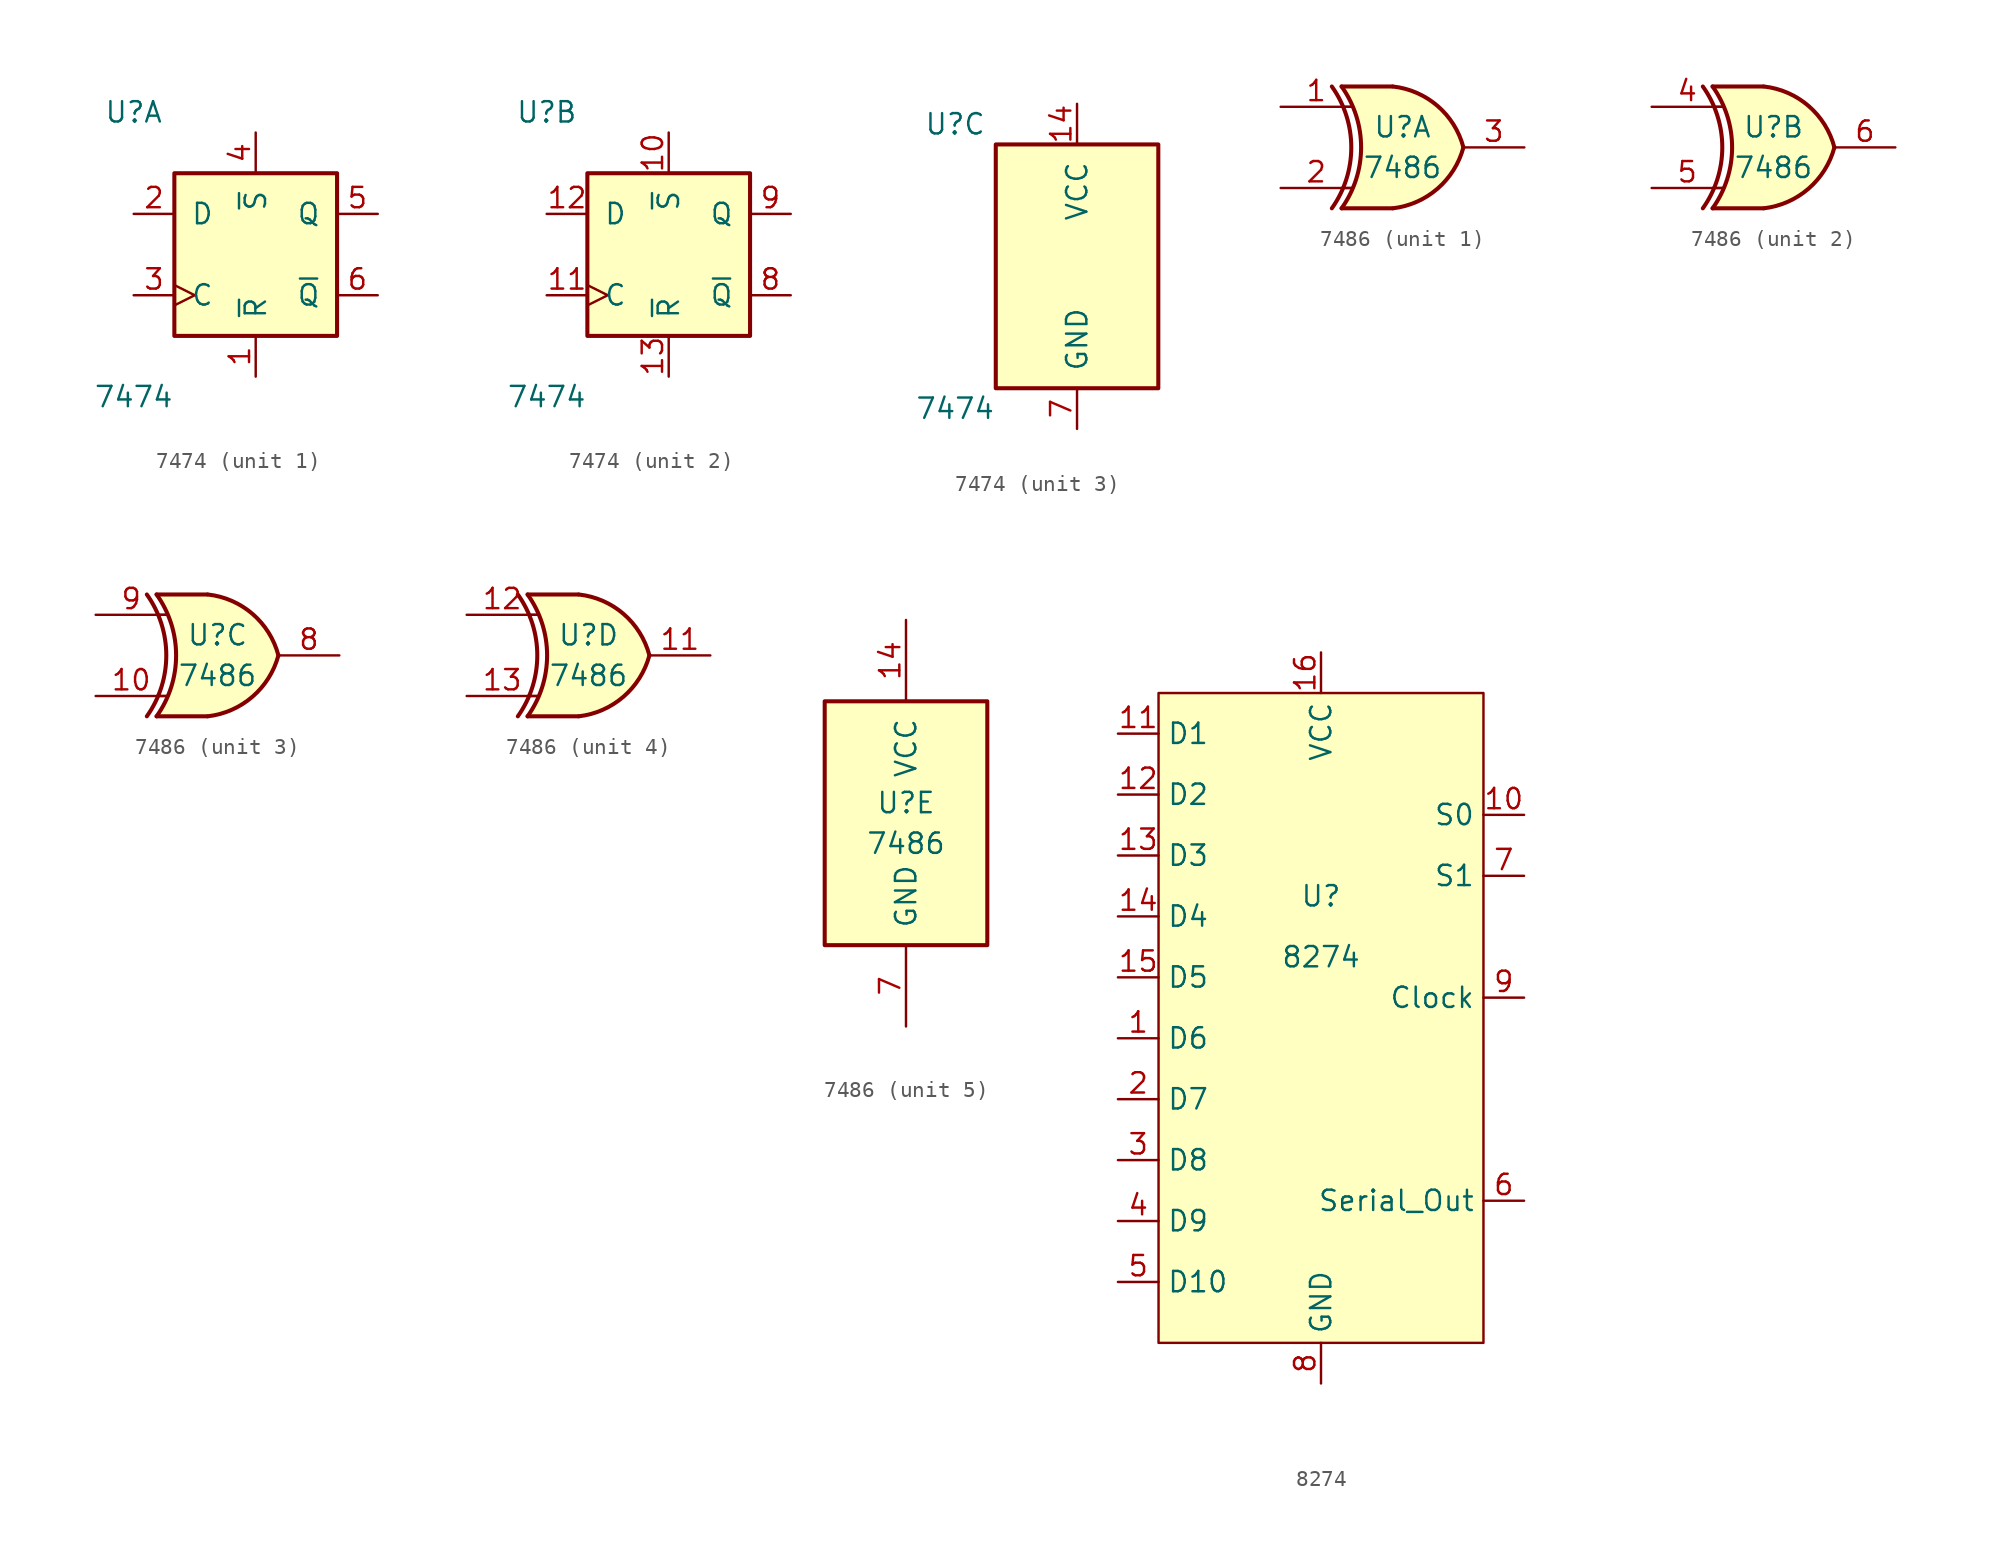
<source format=kicad_sym>
(kicad_symbol_lib
  (version 20220914)
  (generator kicad_symbol_editor)
  (symbol "7474"
    (pin_names
      (offset 1.016))
    (property "Reference" "U"
      (at -7.62 8.89 0)
      (effects (font (size 1.27 1.27))))
    (property "Value" "7474"
      (at -7.62 -8.89 0)
      (effects (font (size 1.27 1.27))))
    (property "ki_locked" ""
      (at 0 0 0)
      (effects (font (size 1.27 1.27))))
    (symbol "7474_1_0"
      (pin input line (at 0 -7.62 90) (length 2.54) (name "~{R}" (effects (font (size 1.27 1.27)))) (number "1" (effects (font (size 1.27 1.27)))))
      (pin input line (at -7.62 2.54 0) (length 2.54) (name "D" (effects (font (size 1.27 1.27)))) (number "2" (effects (font (size 1.27 1.27)))))
      (pin input clock (at -7.62 -2.54 0) (length 2.54) (name "C" (effects (font (size 1.27 1.27)))) (number "3" (effects (font (size 1.27 1.27)))))
      (pin input line (at 0 7.62 270) (length 2.54) (name "~{S}" (effects (font (size 1.27 1.27)))) (number "4" (effects (font (size 1.27 1.27)))))
      (pin output line (at 7.62 2.54 180) (length 2.54) (name "Q" (effects (font (size 1.27 1.27)))) (number "5" (effects (font (size 1.27 1.27)))))
      (pin output line (at 7.62 -2.54 180) (length 2.54) (name "~{Q}" (effects (font (size 1.27 1.27)))) (number "6" (effects (font (size 1.27 1.27))))))
    (symbol "7474_1_1"
      (rectangle (start -5.08 5.08) (end 5.08 -5.08) (stroke (width 0.254) (type default)) (fill (type background))))
    (symbol "7474_2_0"
      (pin input line (at 0 7.62 270) (length 2.54) (name "~{S}" (effects (font (size 1.27 1.27)))) (number "10" (effects (font (size 1.27 1.27)))))
      (pin input clock (at -7.62 -2.54 0) (length 2.54) (name "C" (effects (font (size 1.27 1.27)))) (number "11" (effects (font (size 1.27 1.27)))))
      (pin input line (at -7.62 2.54 0) (length 2.54) (name "D" (effects (font (size 1.27 1.27)))) (number "12" (effects (font (size 1.27 1.27)))))
      (pin input line (at 0 -7.62 90) (length 2.54) (name "~{R}" (effects (font (size 1.27 1.27)))) (number "13" (effects (font (size 1.27 1.27)))))
      (pin output line (at 7.62 -2.54 180) (length 2.54) (name "~{Q}" (effects (font (size 1.27 1.27)))) (number "8" (effects (font (size 1.27 1.27)))))
      (pin output line (at 7.62 2.54 180) (length 2.54) (name "Q" (effects (font (size 1.27 1.27)))) (number "9" (effects (font (size 1.27 1.27))))))
    (symbol "7474_2_1"
      (rectangle (start -5.08 5.08) (end 5.08 -5.08) (stroke (width 0.254) (type default)) (fill (type background))))
    (symbol "7474_3_0"
      (pin power_in line (at 0 10.16 270) (length 2.54) (name "VCC" (effects (font (size 1.27 1.27)))) (number "14" (effects (font (size 1.27 1.27)))))
      (pin power_in line (at 0 -10.16 90) (length 2.54) (name "GND" (effects (font (size 1.27 1.27)))) (number "7" (effects (font (size 1.27 1.27))))))
    (symbol "7474_3_1"
      (rectangle (start -5.08 7.62) (end 5.08 -7.62) (stroke (width 0.254) (type default)) (fill (type background)))))
  (symbol "7486"
    (pin_names
      (offset 1.016))
    (property "Reference" "U"
      (at 0 1.27 0)
      (effects (font (size 1.27 1.27))))
    (property "Value" "7486"
      (at 0 -1.27 0)
      (effects (font (size 1.27 1.27))))
    (property "ki_locked" ""
      (at 0 0 0)
      (effects (font (size 1.27 1.27))))
    (symbol "7486_1_0"
      (arc (start -4.4196 -3.81) (mid -3.2033 0) (end -4.4196 3.81) (stroke (width 0.254) (type default)) (fill (type none)))
      (arc (start -3.81 -3.81) (mid -2.589 0) (end -3.81 3.81) (stroke (width 0.254) (type default)) (fill (type none)))
      (arc (start -0.6096 -3.81) (mid 2.1842 -2.5851) (end 3.81 0) (stroke (width 0.254) (type default)) (fill (type background)))
      (polyline (pts (xy -3.81 -3.81) (xy -0.635 -3.81)) (stroke (width 0.254) (type default)) (fill (type background)))
      (polyline (pts (xy -3.81 3.81) (xy -0.635 3.81)) (stroke (width 0.254) (type default)) (fill (type background)))
      (polyline (pts (xy -0.635 3.81) (xy -3.81 3.81) (xy -3.81 3.81) (xy -3.556 3.404) (xy -3.023 2.261) (xy -2.692 1.041) (xy -2.616 -0.254) (xy -2.769 -1.499) (xy -3.175 -2.718) (xy -3.81 -3.81) (xy -3.81 -3.81) (xy -0.635 -3.81)) (stroke (width -25.4) (type default)) (fill (type background)))
      (arc (start 3.81 0) (mid 2.1915 2.5936) (end -0.6096 3.81) (stroke (width 0.254) (type default)) (fill (type background)))
      (pin input line (at -7.62 2.54 0) (length 4.445) (name "~" (effects (font (size 1.27 1.27)))) (number "1" (effects (font (size 1.27 1.27)))))
      (pin input line (at -7.62 -2.54 0) (length 4.445) (name "~" (effects (font (size 1.27 1.27)))) (number "2" (effects (font (size 1.27 1.27)))))
      (pin output line (at 7.62 0 180) (length 3.81) (name "~" (effects (font (size 1.27 1.27)))) (number "3" (effects (font (size 1.27 1.27))))))
    (symbol "7486_1_1"
      (polyline (pts (xy -3.81 -2.54) (xy -3.175 -2.54)) (stroke (width 0.152) (type default)) (fill (type none)))
      (polyline (pts (xy -3.81 2.54) (xy -3.175 2.54)) (stroke (width 0.152) (type default)) (fill (type none))))
    (symbol "7486_2_0"
      (arc (start -4.4196 -3.81) (mid -3.2033 0) (end -4.4196 3.81) (stroke (width 0.254) (type default)) (fill (type none)))
      (arc (start -3.81 -3.81) (mid -2.589 0) (end -3.81 3.81) (stroke (width 0.254) (type default)) (fill (type none)))
      (arc (start -0.6096 -3.81) (mid 2.1842 -2.5851) (end 3.81 0) (stroke (width 0.254) (type default)) (fill (type background)))
      (polyline (pts (xy -3.81 -3.81) (xy -0.635 -3.81)) (stroke (width 0.254) (type default)) (fill (type background)))
      (polyline (pts (xy -3.81 3.81) (xy -0.635 3.81)) (stroke (width 0.254) (type default)) (fill (type background)))
      (polyline (pts (xy -0.635 3.81) (xy -3.81 3.81) (xy -3.81 3.81) (xy -3.556 3.404) (xy -3.023 2.261) (xy -2.692 1.041) (xy -2.616 -0.254) (xy -2.769 -1.499) (xy -3.175 -2.718) (xy -3.81 -3.81) (xy -3.81 -3.81) (xy -0.635 -3.81)) (stroke (width -25.4) (type default)) (fill (type background)))
      (arc (start 3.81 0) (mid 2.1915 2.5936) (end -0.6096 3.81) (stroke (width 0.254) (type default)) (fill (type background)))
      (pin input line (at -7.62 2.54 0) (length 4.445) (name "~" (effects (font (size 1.27 1.27)))) (number "4" (effects (font (size 1.27 1.27)))))
      (pin input line (at -7.62 -2.54 0) (length 4.445) (name "~" (effects (font (size 1.27 1.27)))) (number "5" (effects (font (size 1.27 1.27)))))
      (pin output line (at 7.62 0 180) (length 3.81) (name "~" (effects (font (size 1.27 1.27)))) (number "6" (effects (font (size 1.27 1.27))))))
    (symbol "7486_2_1"
      (polyline (pts (xy -3.81 -2.54) (xy -3.175 -2.54)) (stroke (width 0.152) (type default)) (fill (type none)))
      (polyline (pts (xy -3.81 2.54) (xy -3.175 2.54)) (stroke (width 0.152) (type default)) (fill (type none))))
    (symbol "7486_3_0"
      (arc (start -4.4196 -3.81) (mid -3.2033 0) (end -4.4196 3.81) (stroke (width 0.254) (type default)) (fill (type none)))
      (arc (start -3.81 -3.81) (mid -2.589 0) (end -3.81 3.81) (stroke (width 0.254) (type default)) (fill (type none)))
      (arc (start -0.6096 -3.81) (mid 2.1842 -2.5851) (end 3.81 0) (stroke (width 0.254) (type default)) (fill (type background)))
      (polyline (pts (xy -3.81 -3.81) (xy -0.635 -3.81)) (stroke (width 0.254) (type default)) (fill (type background)))
      (polyline (pts (xy -3.81 3.81) (xy -0.635 3.81)) (stroke (width 0.254) (type default)) (fill (type background)))
      (polyline (pts (xy -0.635 3.81) (xy -3.81 3.81) (xy -3.81 3.81) (xy -3.556 3.404) (xy -3.023 2.261) (xy -2.692 1.041) (xy -2.616 -0.254) (xy -2.769 -1.499) (xy -3.175 -2.718) (xy -3.81 -3.81) (xy -3.81 -3.81) (xy -0.635 -3.81)) (stroke (width -25.4) (type default)) (fill (type background)))
      (arc (start 3.81 0) (mid 2.1915 2.5936) (end -0.6096 3.81) (stroke (width 0.254) (type default)) (fill (type background)))
      (pin input line (at -7.62 -2.54 0) (length 4.445) (name "~" (effects (font (size 1.27 1.27)))) (number "10" (effects (font (size 1.27 1.27)))))
      (pin output line (at 7.62 0 180) (length 3.81) (name "~" (effects (font (size 1.27 1.27)))) (number "8" (effects (font (size 1.27 1.27)))))
      (pin input line (at -7.62 2.54 0) (length 4.445) (name "~" (effects (font (size 1.27 1.27)))) (number "9" (effects (font (size 1.27 1.27))))))
    (symbol "7486_3_1"
      (polyline (pts (xy -3.81 -2.54) (xy -3.175 -2.54)) (stroke (width 0.152) (type default)) (fill (type none)))
      (polyline (pts (xy -3.81 2.54) (xy -3.175 2.54)) (stroke (width 0.152) (type default)) (fill (type none))))
    (symbol "7486_4_0"
      (arc (start -4.4196 -3.81) (mid -3.2033 0) (end -4.4196 3.81) (stroke (width 0.254) (type default)) (fill (type none)))
      (arc (start -3.81 -3.81) (mid -2.589 0) (end -3.81 3.81) (stroke (width 0.254) (type default)) (fill (type none)))
      (arc (start -0.6096 -3.81) (mid 2.1842 -2.5851) (end 3.81 0) (stroke (width 0.254) (type default)) (fill (type background)))
      (polyline (pts (xy -3.81 -3.81) (xy -0.635 -3.81)) (stroke (width 0.254) (type default)) (fill (type background)))
      (polyline (pts (xy -3.81 3.81) (xy -0.635 3.81)) (stroke (width 0.254) (type default)) (fill (type background)))
      (polyline (pts (xy -0.635 3.81) (xy -3.81 3.81) (xy -3.81 3.81) (xy -3.556 3.404) (xy -3.023 2.261) (xy -2.692 1.041) (xy -2.616 -0.254) (xy -2.769 -1.499) (xy -3.175 -2.718) (xy -3.81 -3.81) (xy -3.81 -3.81) (xy -0.635 -3.81)) (stroke (width -25.4) (type default)) (fill (type background)))
      (arc (start 3.81 0) (mid 2.1915 2.5936) (end -0.6096 3.81) (stroke (width 0.254) (type default)) (fill (type background)))
      (pin output line (at 7.62 0 180) (length 3.81) (name "~" (effects (font (size 1.27 1.27)))) (number "11" (effects (font (size 1.27 1.27)))))
      (pin input line (at -7.62 2.54 0) (length 4.445) (name "~" (effects (font (size 1.27 1.27)))) (number "12" (effects (font (size 1.27 1.27)))))
      (pin input line (at -7.62 -2.54 0) (length 4.445) (name "~" (effects (font (size 1.27 1.27)))) (number "13" (effects (font (size 1.27 1.27))))))
    (symbol "7486_4_1"
      (polyline (pts (xy -3.81 -2.54) (xy -3.175 -2.54)) (stroke (width 0.152) (type default)) (fill (type none)))
      (polyline (pts (xy -3.81 2.54) (xy -3.175 2.54)) (stroke (width 0.152) (type default)) (fill (type none))))
    (symbol "7486_5_0"
      (pin power_in line (at 0 12.7 270) (length 5.08) (name "VCC" (effects (font (size 1.27 1.27)))) (number "14" (effects (font (size 1.27 1.27)))))
      (pin power_in line (at 0 -12.7 90) (length 5.08) (name "GND" (effects (font (size 1.27 1.27)))) (number "7" (effects (font (size 1.27 1.27))))))
    (symbol "7486_5_1"
      (rectangle (start -5.08 7.62) (end 5.08 -7.62) (stroke (width 0.254) (type default)) (fill (type background)))))
  (symbol "8274"
    (property "Reference" "U"
      (at 0 12.7 0)
      (effects (font (size 1.27 1.27))))
    (property "Value" "8274"
      (at 0 8.89 0)
      (effects (font (size 1.27 1.27))))
    (symbol "8274_0_1"
      (rectangle (start -10.16 25.4) (end 10.16 -15.24) (stroke (width 0.152) (type default)) (fill (type color) (color 255 255 194 1))))
    (symbol "8274_1_1"
      (pin input line (at -12.7 3.81 0) (length 2.54) (name "D6" (effects (font (size 1.27 1.27)))) (number "1" (effects (font (size 1.27 1.27)))))
      (pin input line (at 12.7 17.78 180) (length 2.54) (name "S0" (effects (font (size 1.27 1.27)))) (number "10" (effects (font (size 1.27 1.27)))))
      (pin input line (at -12.7 22.86 0) (length 2.54) (name "D1" (effects (font (size 1.27 1.27)))) (number "11" (effects (font (size 1.27 1.27)))))
      (pin input line (at -12.7 19.05 0) (length 2.54) (name "D2" (effects (font (size 1.27 1.27)))) (number "12" (effects (font (size 1.27 1.27)))))
      (pin input line (at -12.7 15.24 0) (length 2.54) (name "D3" (effects (font (size 1.27 1.27)))) (number "13" (effects (font (size 1.27 1.27)))))
      (pin input line (at -12.7 11.43 0) (length 2.54) (name "D4" (effects (font (size 1.27 1.27)))) (number "14" (effects (font (size 1.27 1.27)))))
      (pin input line (at -12.7 7.62 0) (length 2.54) (name "D5" (effects (font (size 1.27 1.27)))) (number "15" (effects (font (size 1.27 1.27)))))
      (pin power_in line (at 0 27.94 270) (length 2.54) (name "VCC" (effects (font (size 1.27 1.27)))) (number "16" (effects (font (size 1.27 1.27)))))
      (pin input line (at -12.7 0 0) (length 2.54) (name "D7" (effects (font (size 1.27 1.27)))) (number "2" (effects (font (size 1.27 1.27)))))
      (pin input line (at -12.7 -3.81 0) (length 2.54) (name "D8" (effects (font (size 1.27 1.27)))) (number "3" (effects (font (size 1.27 1.27)))))
      (pin input line (at -12.7 -7.62 0) (length 2.54) (name "D9" (effects (font (size 1.27 1.27)))) (number "4" (effects (font (size 1.27 1.27)))))
      (pin input line (at -12.7 -11.43 0) (length 2.54) (name "D10" (effects (font (size 1.27 1.27)))) (number "5" (effects (font (size 1.27 1.27)))))
      (pin output line (at 12.7 -6.35 180) (length 2.54) (name "Serial_Out" (effects (font (size 1.27 1.27)))) (number "6" (effects (font (size 1.27 1.27)))))
      (pin input line (at 12.7 13.97 180) (length 2.54) (name "S1" (effects (font (size 1.27 1.27)))) (number "7" (effects (font (size 1.27 1.27)))))
      (pin power_in line (at 0 -17.78 90) (length 2.54) (name "GND" (effects (font (size 1.27 1.27)))) (number "8" (effects (font (size 1.27 1.27)))))
      (pin input line (at 12.7 6.35 180) (length 2.54) (name "Clock" (effects (font (size 1.27 1.27)))) (number "9" (effects (font (size 1.27 1.27))))))))
</source>
